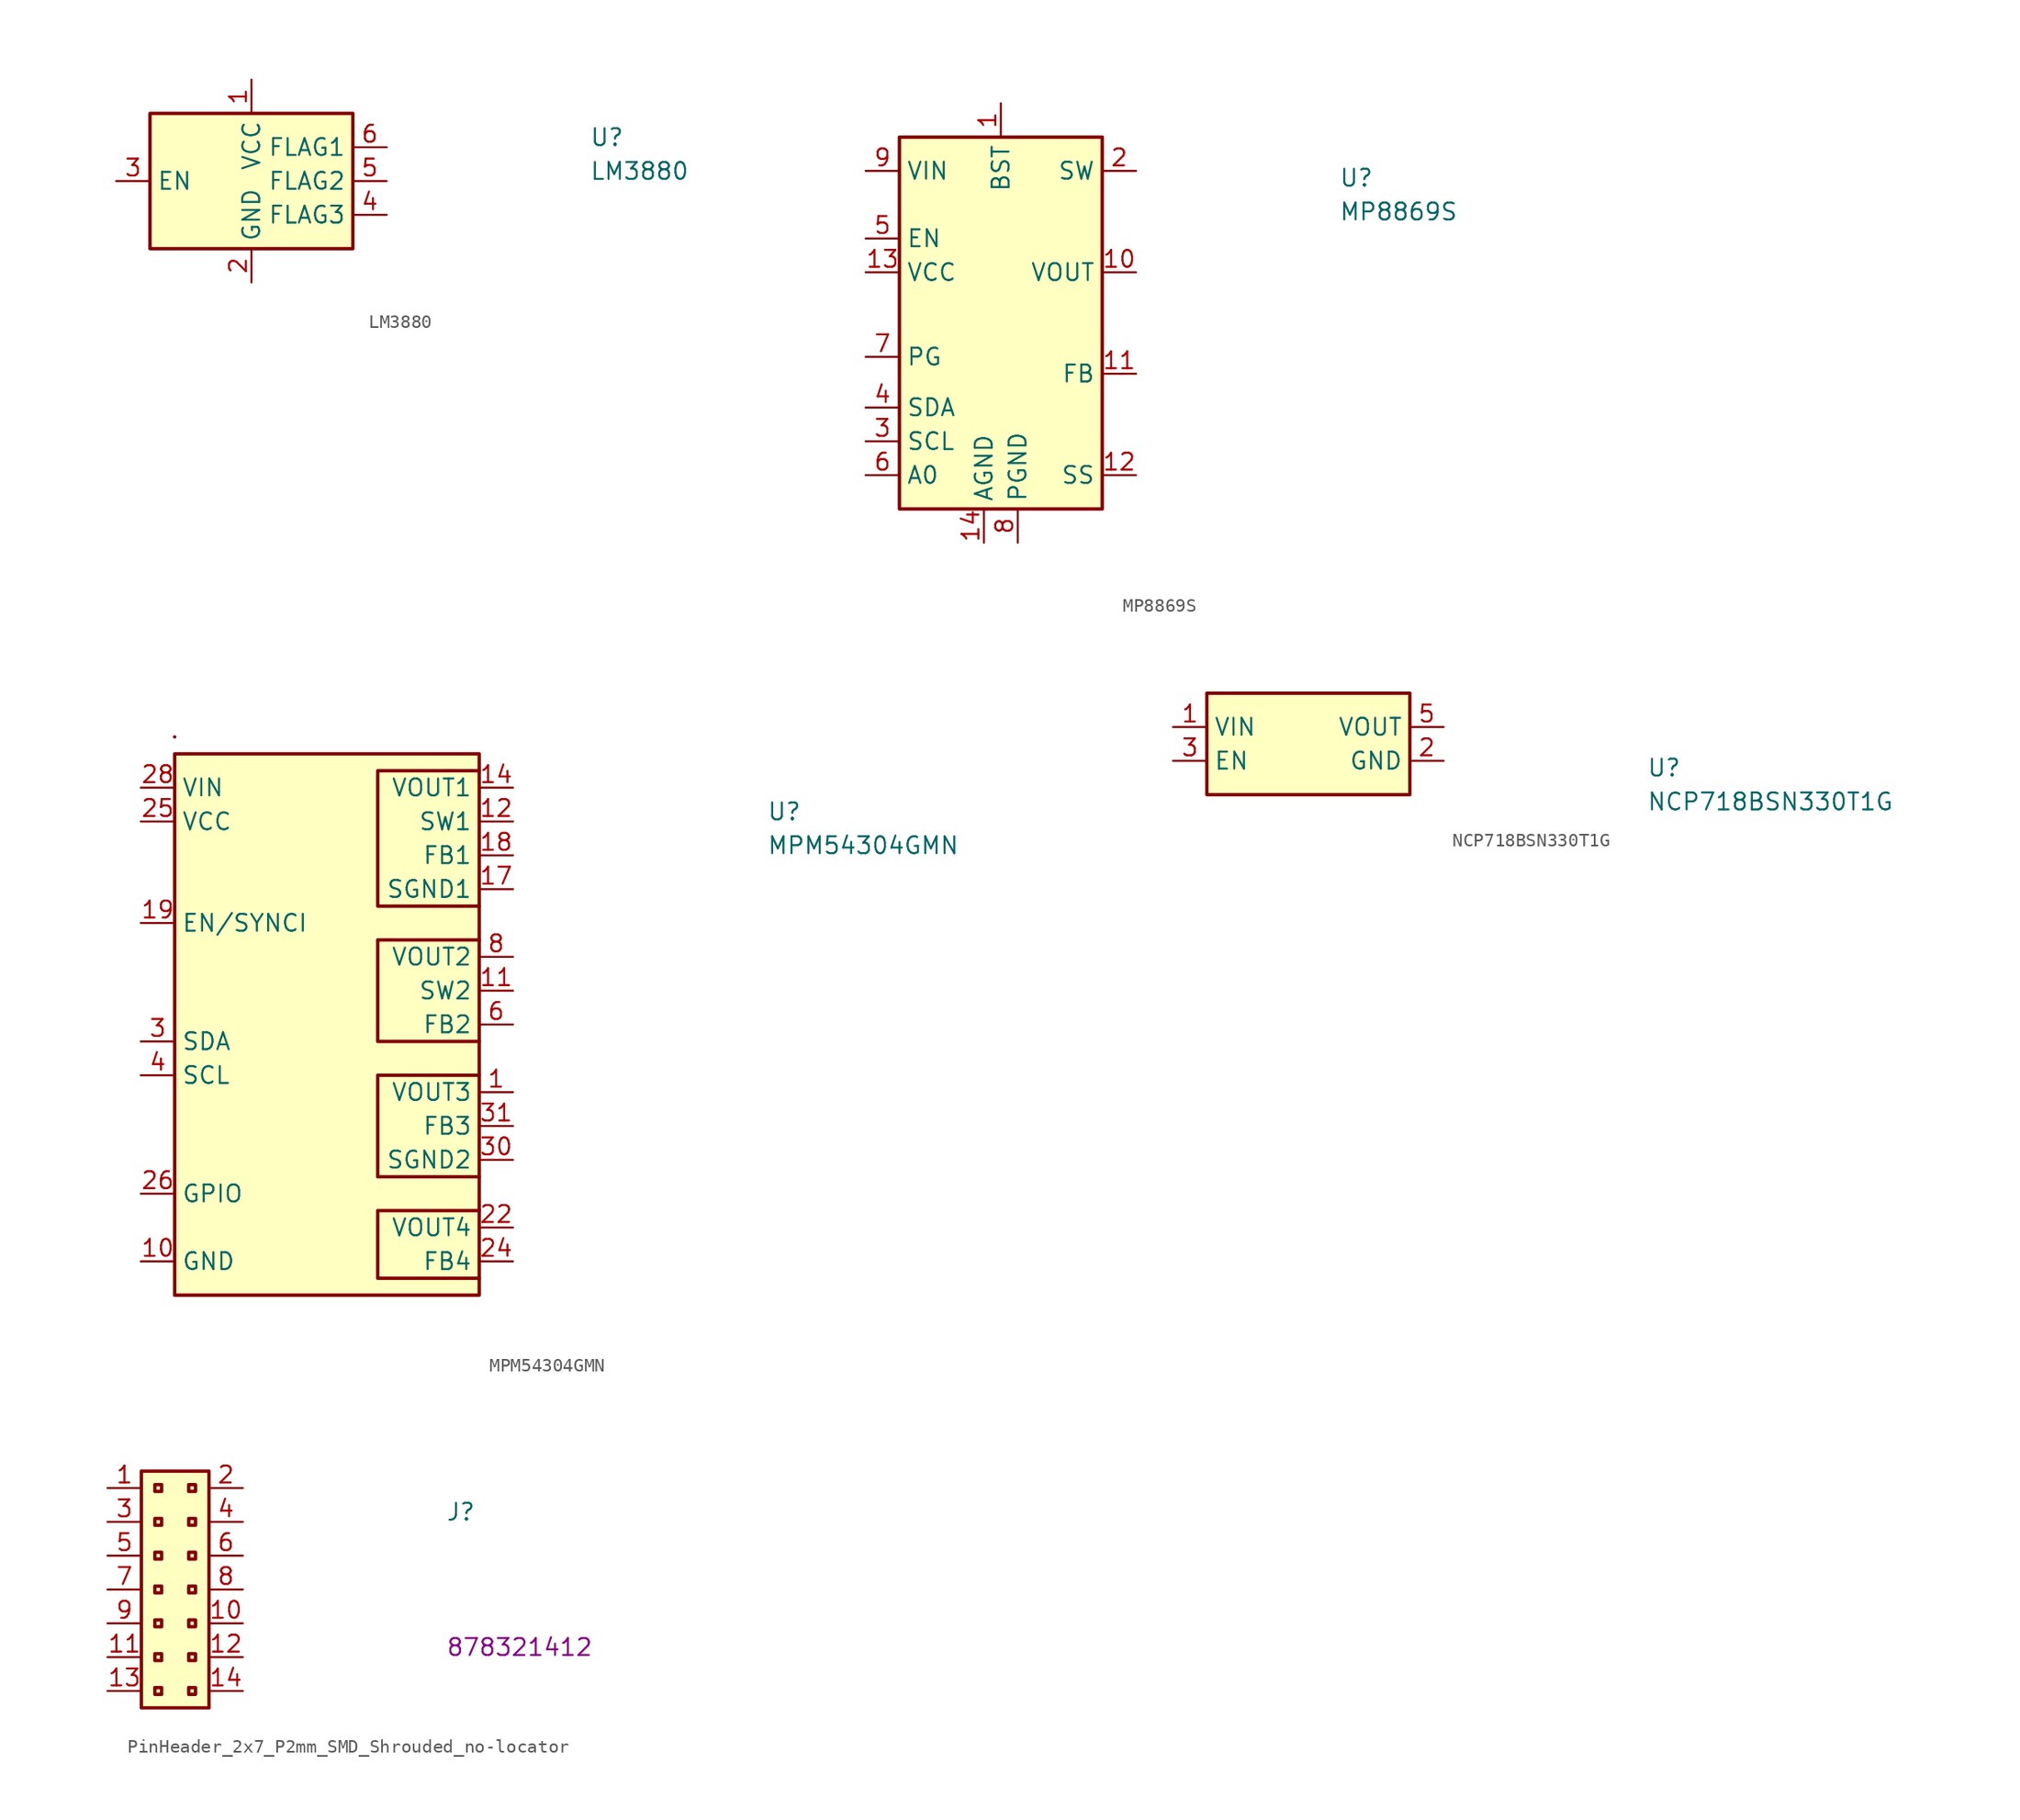
<source format=kicad_sym>
(kicad_symbol_lib
  (version 20220914)
  (generator kicad_symbol_editor)
  (symbol "LM3880"
    (property "Reference" "U"
      (at 25.4 -5.08 0)
      (effects (font (size 1.27 1.27) (thickness 0.15)) (justify left bottom)))
    (property "Value" "LM3880"
      (at 25.4 -7.62 0)
      (effects (font (size 1.27 1.27) (thickness 0.15)) (justify left bottom)))
    (symbol "LM3880_1_1"
      (rectangle (start -7.62 -2.54) (end 7.62 -12.7) (stroke (width 0.254) (type default)) (fill (type background)))
      (pin power_in line (at 0 0 270) (length 2.54) (name "VCC" (effects (font (size 1.27 1.27)))) (number "1" (effects (font (size 1.27 1.27)))))
      (pin power_in line (at 0 -15.24 90) (length 2.54) (name "GND" (effects (font (size 1.27 1.27)))) (number "2" (effects (font (size 1.27 1.27)))))
      (pin input line (at -10.16 -7.62 0) (length 2.54) (name "EN" (effects (font (size 1.27 1.27)))) (number "3" (effects (font (size 1.27 1.27)))))
      (pin open_collector line (at 10.16 -10.16 180) (length 2.54) (name "FLAG3" (effects (font (size 1.27 1.27)))) (number "4" (effects (font (size 1.27 1.27)))))
      (pin open_collector line (at 10.16 -7.62 180) (length 2.54) (name "FLAG2" (effects (font (size 1.27 1.27)))) (number "5" (effects (font (size 1.27 1.27)))))
      (pin open_collector line (at 10.16 -5.08 180) (length 2.54) (name "FLAG1" (effects (font (size 1.27 1.27)))) (number "6" (effects (font (size 1.27 1.27)))))))
  (symbol "MP8869S"
    (property "Reference" "U"
      (at 25.4 -6.35 0)
      (effects (font (size 1.27 1.27) (thickness 0.15)) (justify left bottom)))
    (property "Value" "MP8869S"
      (at 25.4 -8.89 0)
      (effects (font (size 1.27 1.27) (thickness 0.15)) (justify left bottom)))
    (symbol "MP8869S_1_1"
      (rectangle (start -7.62 -2.54) (end 7.62 -30.48) (stroke (width 0.254) (type default)) (fill (type background)))
      (pin unspecified line (at 0 0 270) (length 2.54) (name "BST" (effects (font (size 1.27 1.27)))) (number "1" (effects (font (size 1.27 1.27)))))
      (pin unspecified line (at 10.16 -12.7 180) (length 2.54) (name "VOUT" (effects (font (size 1.27 1.27)))) (number "10" (effects (font (size 1.27 1.27)))))
      (pin unspecified line (at 10.16 -20.32 180) (length 2.54) (name "FB" (effects (font (size 1.27 1.27)))) (number "11" (effects (font (size 1.27 1.27)))))
      (pin unspecified line (at 10.16 -27.94 180) (length 2.54) (name "SS" (effects (font (size 1.27 1.27)))) (number "12" (effects (font (size 1.27 1.27)))))
      (pin power_out line (at -10.16 -12.7 0) (length 2.54) (name "VCC" (effects (font (size 1.27 1.27)))) (number "13" (effects (font (size 1.27 1.27)))))
      (pin power_in line (at -1.27 -33.02 90) (length 2.54) (name "AGND" (effects (font (size 1.27 1.27)))) (number "14" (effects (font (size 1.27 1.27)))))
      (pin output line (at 10.16 -5.08 180) (length 2.54) (name "SW" (effects (font (size 1.27 1.27)))) (number "2" (effects (font (size 1.27 1.27)))))
      (pin unspecified line (at -10.16 -25.4 0) (length 2.54) (name "SCL" (effects (font (size 1.27 1.27)))) (number "3" (effects (font (size 1.27 1.27)))))
      (pin unspecified line (at -10.16 -22.86 0) (length 2.54) (name "SDA" (effects (font (size 1.27 1.27)))) (number "4" (effects (font (size 1.27 1.27)))))
      (pin unspecified line (at -10.16 -10.16 0) (length 2.54) (name "EN" (effects (font (size 1.27 1.27)))) (number "5" (effects (font (size 1.27 1.27)))))
      (pin unspecified line (at -10.16 -27.94 0) (length 2.54) (name "A0" (effects (font (size 1.27 1.27)))) (number "6" (effects (font (size 1.27 1.27)))))
      (pin unspecified line (at -10.16 -19.05 0) (length 2.54) (name "PG" (effects (font (size 1.27 1.27)))) (number "7" (effects (font (size 1.27 1.27)))))
      (pin power_in line (at 1.27 -33.02 90) (length 2.54) (name "PGND" (effects (font (size 1.27 1.27)))) (number "8" (effects (font (size 1.27 1.27)))))
      (pin power_in line (at -10.16 -5.08 0) (length 2.54) (name "VIN" (effects (font (size 1.27 1.27)))) (number "9" (effects (font (size 1.27 1.27)))))))
  (symbol "MPM54304GMN"
    (property "Reference" "U"
      (at 46.99 -2.54 0)
      (effects (font (size 1.27 1.27) (thickness 0.15)) (justify left bottom)))
    (property "Value" "MPM54304GMN"
      (at 46.99 -5.08 0)
      (effects (font (size 1.27 1.27) (thickness 0.15)) (justify left bottom)))
    (symbol "MPM54304GMN_1_1"
      (polyline (pts (xy 25.4 -31.75) (xy 17.78 -31.75) (xy 17.78 -36.83) (xy 25.4 -36.83)) (stroke (width 0.254) (type default)) (fill (type background)))
      (polyline (pts (xy 25.4 -21.59) (xy 17.78 -21.59) (xy 17.78 -29.21) (xy 25.4 -29.21)) (stroke (width 0.254) (type default)) (fill (type background)))
      (polyline (pts (xy 25.4 -11.43) (xy 17.78 -11.43) (xy 17.78 -19.05) (xy 25.4 -19.05)) (stroke (width 0.254) (type default)) (fill (type background)))
      (polyline (pts (xy 25.4 1.27) (xy 17.78 1.27) (xy 17.78 -8.89) (xy 25.4 -8.89)) (stroke (width 0.254) (type default)) (fill (type background)))
      (rectangle (start 2.54 2.54) (end 25.4 -38.1) (stroke (width 0.254) (type default)) (fill (type background)))
      (rectangle (start 2.54 3.81) (end 2.54 3.81) (stroke (width 0.254) (type default)) (fill (type background)))
      (pin power_out line (at 27.94 -22.86 180) (length 2.54) (name "VOUT3" (effects (font (size 1.27 1.27)))) (number "1" (effects (font (size 1.27 1.27)))))
      (pin passive line (at 0 -35.56 0) (length 2.54) (name "GND" (effects (font (size 1.27 1.27)))) (number "10" (effects (font (size 1.27 1.27)))))
      (pin power_out line (at 27.94 -15.24 180) (length 2.54) (name "SW2" (effects (font (size 1.27 1.27)))) (number "11" (effects (font (size 1.27 1.27)))))
      (pin power_out line (at 27.94 -2.54 180) (length 2.54) (name "SW1" (effects (font (size 1.27 1.27)))) (number "12" (effects (font (size 1.27 1.27)))))
      (pin passive line (at 0 -35.56 0) (length 2.54) hide (name "GND" (effects (font (size 1.27 1.27)))) (number "13" (effects (font (size 1.27 1.27)))))
      (pin power_out line (at 27.94 0 180) (length 2.54) (name "VOUT1" (effects (font (size 1.27 1.27)))) (number "14" (effects (font (size 1.27 1.27)))))
      (pin passive line (at 27.94 0 180) (length 2.54) hide (name "VOUT1" (effects (font (size 1.27 1.27)))) (number "15" (effects (font (size 1.27 1.27)))))
      (pin passive line (at 0 -35.56 0) (length 2.54) hide (name "GND" (effects (font (size 1.27 1.27)))) (number "16" (effects (font (size 1.27 1.27)))))
      (pin power_out line (at 27.94 -7.62 180) (length 2.54) (name "SGND1" (effects (font (size 1.27 1.27)))) (number "17" (effects (font (size 1.27 1.27)))))
      (pin input line (at 27.94 -5.08 180) (length 2.54) (name "FB1" (effects (font (size 1.27 1.27)))) (number "18" (effects (font (size 1.27 1.27)))))
      (pin input line (at 0 -10.16 0) (length 2.54) (name "EN/SYNCI" (effects (font (size 1.27 1.27)))) (number "19" (effects (font (size 1.27 1.27)))))
      (pin passive line (at 0 -35.56 0) (length 2.54) hide (name "GND" (effects (font (size 1.27 1.27)))) (number "2" (effects (font (size 1.27 1.27)))))
      (pin passive line (at 0 -35.56 0) (length 2.54) hide (name "GND" (effects (font (size 1.27 1.27)))) (number "20" (effects (font (size 1.27 1.27)))))
      (pin passive line (at 0 -35.56 0) (length 2.54) hide (name "GND" (effects (font (size 1.27 1.27)))) (number "21" (effects (font (size 1.27 1.27)))))
      (pin power_out line (at 27.94 -33.02 180) (length 2.54) (name "VOUT4" (effects (font (size 1.27 1.27)))) (number "22" (effects (font (size 1.27 1.27)))))
      (pin passive line (at 27.94 -33.02 180) (length 2.54) hide (name "VOUT4" (effects (font (size 1.27 1.27)))) (number "23" (effects (font (size 1.27 1.27)))))
      (pin input line (at 27.94 -35.56 180) (length 2.54) (name "FB4" (effects (font (size 1.27 1.27)))) (number "24" (effects (font (size 1.27 1.27)))))
      (pin input line (at 0 -2.54 0) (length 2.54) (name "VCC" (effects (font (size 1.27 1.27)))) (number "25" (effects (font (size 1.27 1.27)))))
      (pin input line (at 0 -30.48 0) (length 2.54) (name "GPIO" (effects (font (size 1.27 1.27)))) (number "26" (effects (font (size 1.27 1.27)))))
      (pin passive line (at 0 -35.56 0) (length 2.54) hide (name "GND" (effects (font (size 1.27 1.27)))) (number "27" (effects (font (size 1.27 1.27)))))
      (pin input line (at 0 0 0) (length 2.54) (name "VIN" (effects (font (size 1.27 1.27)))) (number "28" (effects (font (size 1.27 1.27)))))
      (pin passive line (at 0 0 0) (length 2.54) hide (name "VIN" (effects (font (size 1.27 1.27)))) (number "29" (effects (font (size 1.27 1.27)))))
      (pin bidirectional line (at 0 -19.05 0) (length 2.54) (name "SDA" (effects (font (size 1.27 1.27)))) (number "3" (effects (font (size 1.27 1.27)))))
      (pin power_out line (at 27.94 -27.94 180) (length 2.54) (name "SGND2" (effects (font (size 1.27 1.27)))) (number "30" (effects (font (size 1.27 1.27)))))
      (pin input line (at 27.94 -25.4 180) (length 2.54) (name "FB3" (effects (font (size 1.27 1.27)))) (number "31" (effects (font (size 1.27 1.27)))))
      (pin passive line (at 27.94 -22.86 180) (length 2.54) hide (name "VOUT3" (effects (font (size 1.27 1.27)))) (number "32" (effects (font (size 1.27 1.27)))))
      (pin passive line (at 0 -35.56 0) (length 2.54) hide (name "GND" (effects (font (size 1.27 1.27)))) (number "33" (effects (font (size 1.27 1.27)))))
      (pin input line (at 0 -21.59 0) (length 2.54) (name "SCL" (effects (font (size 1.27 1.27)))) (number "4" (effects (font (size 1.27 1.27)))))
      (pin passive line (at 0 -35.56 0) (length 2.54) hide (name "GND" (effects (font (size 1.27 1.27)))) (number "5" (effects (font (size 1.27 1.27)))))
      (pin input line (at 27.94 -17.78 180) (length 2.54) (name "FB2" (effects (font (size 1.27 1.27)))) (number "6" (effects (font (size 1.27 1.27)))))
      (pin passive line (at 0 -35.56 0) (length 2.54) hide (name "GND" (effects (font (size 1.27 1.27)))) (number "7" (effects (font (size 1.27 1.27)))))
      (pin power_out line (at 27.94 -12.7 180) (length 2.54) (name "VOUT2" (effects (font (size 1.27 1.27)))) (number "8" (effects (font (size 1.27 1.27)))))
      (pin passive line (at 27.94 -12.7 180) (length 2.54) hide (name "VOUT2" (effects (font (size 1.27 1.27)))) (number "9" (effects (font (size 1.27 1.27)))))))
  (symbol "NCP718BSN330T1G"
    (property "Reference" "U"
      (at 35.56 -3.81 0)
      (effects (font (size 1.27 1.27) (thickness 0.15)) (justify left bottom)))
    (property "Value" "NCP718BSN330T1G"
      (at 35.56 -6.35 0)
      (effects (font (size 1.27 1.27) (thickness 0.15)) (justify left bottom)))
    (symbol "NCP718BSN330T1G_1_1"
      (rectangle (start 2.54 2.54) (end 17.78 -5.08) (stroke (width 0.254) (type default)) (fill (type background)))
      (pin passive line (at 0 0 0) (length 2.54) (name "VIN" (effects (font (size 1.27 1.27)))) (number "1" (effects (font (size 1.27 1.27)))))
      (pin passive line (at 20.32 -2.54 180) (length 2.54) (name "GND" (effects (font (size 1.27 1.27)))) (number "2" (effects (font (size 1.27 1.27)))))
      (pin passive line (at 0 -2.54 0) (length 2.54) (name "EN" (effects (font (size 1.27 1.27)))) (number "3" (effects (font (size 1.27 1.27)))))
      (pin no_connect line (at 10.16 -5.08 90) (length 2.54) hide (name "NC" (effects (font (size 1.27 1.27)))) (number "4" (effects (font (size 1.27 1.27)))))
      (pin passive line (at 20.32 0 180) (length 2.54) (name "VOUT" (effects (font (size 1.27 1.27)))) (number "5" (effects (font (size 1.27 1.27)))))))
  (symbol "PinHeader_2x7_P2mm_SMD_Shrouded_no-locator"
    (property "Reference" "J"
      (at 25.4 -2.54 0)
      (effects (font (size 1.27 1.27) (thickness 0.15)) (justify left bottom)))
    (property "MPN" "878321412"
      (at 25.4 -12.7 0)
      (effects (font (size 1.27 1.27) (thickness 0.15)) (justify left bottom)))
    (symbol "PinHeader_2x7_P2mm_SMD_Shrouded_no-locator_1_1"
      (rectangle (start 2.54 1.27) (end 7.62 -16.51) (stroke (width 0.254) (type default)) (fill (type background)))
      (rectangle (start 3.556 -14.986) (end 4.064 -15.494) (stroke (width 0.254) (type default)) (fill (type background)))
      (rectangle (start 3.556 -12.446) (end 4.064 -12.954) (stroke (width 0.254) (type default)) (fill (type background)))
      (rectangle (start 3.556 -9.906) (end 4.064 -10.414) (stroke (width 0.254) (type default)) (fill (type background)))
      (rectangle (start 3.556 -7.366) (end 4.064 -7.874) (stroke (width 0.254) (type default)) (fill (type background)))
      (rectangle (start 3.556 -4.826) (end 4.064 -5.334) (stroke (width 0.254) (type default)) (fill (type background)))
      (rectangle (start 3.556 -2.286) (end 4.064 -2.794) (stroke (width 0.254) (type default)) (fill (type background)))
      (rectangle (start 3.556 0.254) (end 4.064 -0.254) (stroke (width 0.254) (type default)) (fill (type background)))
      (rectangle (start 6.096 -14.986) (end 6.604 -15.494) (stroke (width 0.254) (type default)) (fill (type background)))
      (rectangle (start 6.096 -12.446) (end 6.604 -12.954) (stroke (width 0.254) (type default)) (fill (type background)))
      (rectangle (start 6.096 -9.906) (end 6.604 -10.414) (stroke (width 0.254) (type default)) (fill (type background)))
      (rectangle (start 6.096 -7.366) (end 6.604 -7.874) (stroke (width 0.254) (type default)) (fill (type background)))
      (rectangle (start 6.096 -4.826) (end 6.604 -5.334) (stroke (width 0.254) (type default)) (fill (type background)))
      (rectangle (start 6.096 -2.286) (end 6.604 -2.794) (stroke (width 0.254) (type default)) (fill (type background)))
      (rectangle (start 6.096 0.254) (end 6.604 -0.254) (stroke (width 0.254) (type default)) (fill (type background)))
      (pin passive line (at 0 0 0) (length 2.54) (name "~" (effects (font (size 1.27 1.27)))) (number "1" (effects (font (size 1.27 1.27)))))
      (pin passive line (at 10.16 -10.16 180) (length 2.54) (name "~" (effects (font (size 1.27 1.27)))) (number "10" (effects (font (size 1.27 1.27)))))
      (pin passive line (at 0 -12.7 0) (length 2.54) (name "~" (effects (font (size 1.27 1.27)))) (number "11" (effects (font (size 1.27 1.27)))))
      (pin passive line (at 10.16 -12.7 180) (length 2.54) (name "~" (effects (font (size 1.27 1.27)))) (number "12" (effects (font (size 1.27 1.27)))))
      (pin passive line (at 0 -15.24 0) (length 2.54) (name "~" (effects (font (size 1.27 1.27)))) (number "13" (effects (font (size 1.27 1.27)))))
      (pin passive line (at 10.16 -15.24 180) (length 2.54) (name "~" (effects (font (size 1.27 1.27)))) (number "14" (effects (font (size 1.27 1.27)))))
      (pin passive line (at 10.16 0 180) (length 2.54) (name "~" (effects (font (size 1.27 1.27)))) (number "2" (effects (font (size 1.27 1.27)))))
      (pin passive line (at 0 -2.54 0) (length 2.54) (name "~" (effects (font (size 1.27 1.27)))) (number "3" (effects (font (size 1.27 1.27)))))
      (pin passive line (at 10.16 -2.54 180) (length 2.54) (name "~" (effects (font (size 1.27 1.27)))) (number "4" (effects (font (size 1.27 1.27)))))
      (pin passive line (at 0 -5.08 0) (length 2.54) (name "~" (effects (font (size 1.27 1.27)))) (number "5" (effects (font (size 1.27 1.27)))))
      (pin passive line (at 10.16 -5.08 180) (length 2.54) (name "~" (effects (font (size 1.27 1.27)))) (number "6" (effects (font (size 1.27 1.27)))))
      (pin passive line (at 0 -7.62 0) (length 2.54) (name "~" (effects (font (size 1.27 1.27)))) (number "7" (effects (font (size 1.27 1.27)))))
      (pin passive line (at 10.16 -7.62 180) (length 2.54) (name "~" (effects (font (size 1.27 1.27)))) (number "8" (effects (font (size 1.27 1.27)))))
      (pin passive line (at 0 -10.16 0) (length 2.54) (name "~" (effects (font (size 1.27 1.27)))) (number "9" (effects (font (size 1.27 1.27))))))))
</source>
